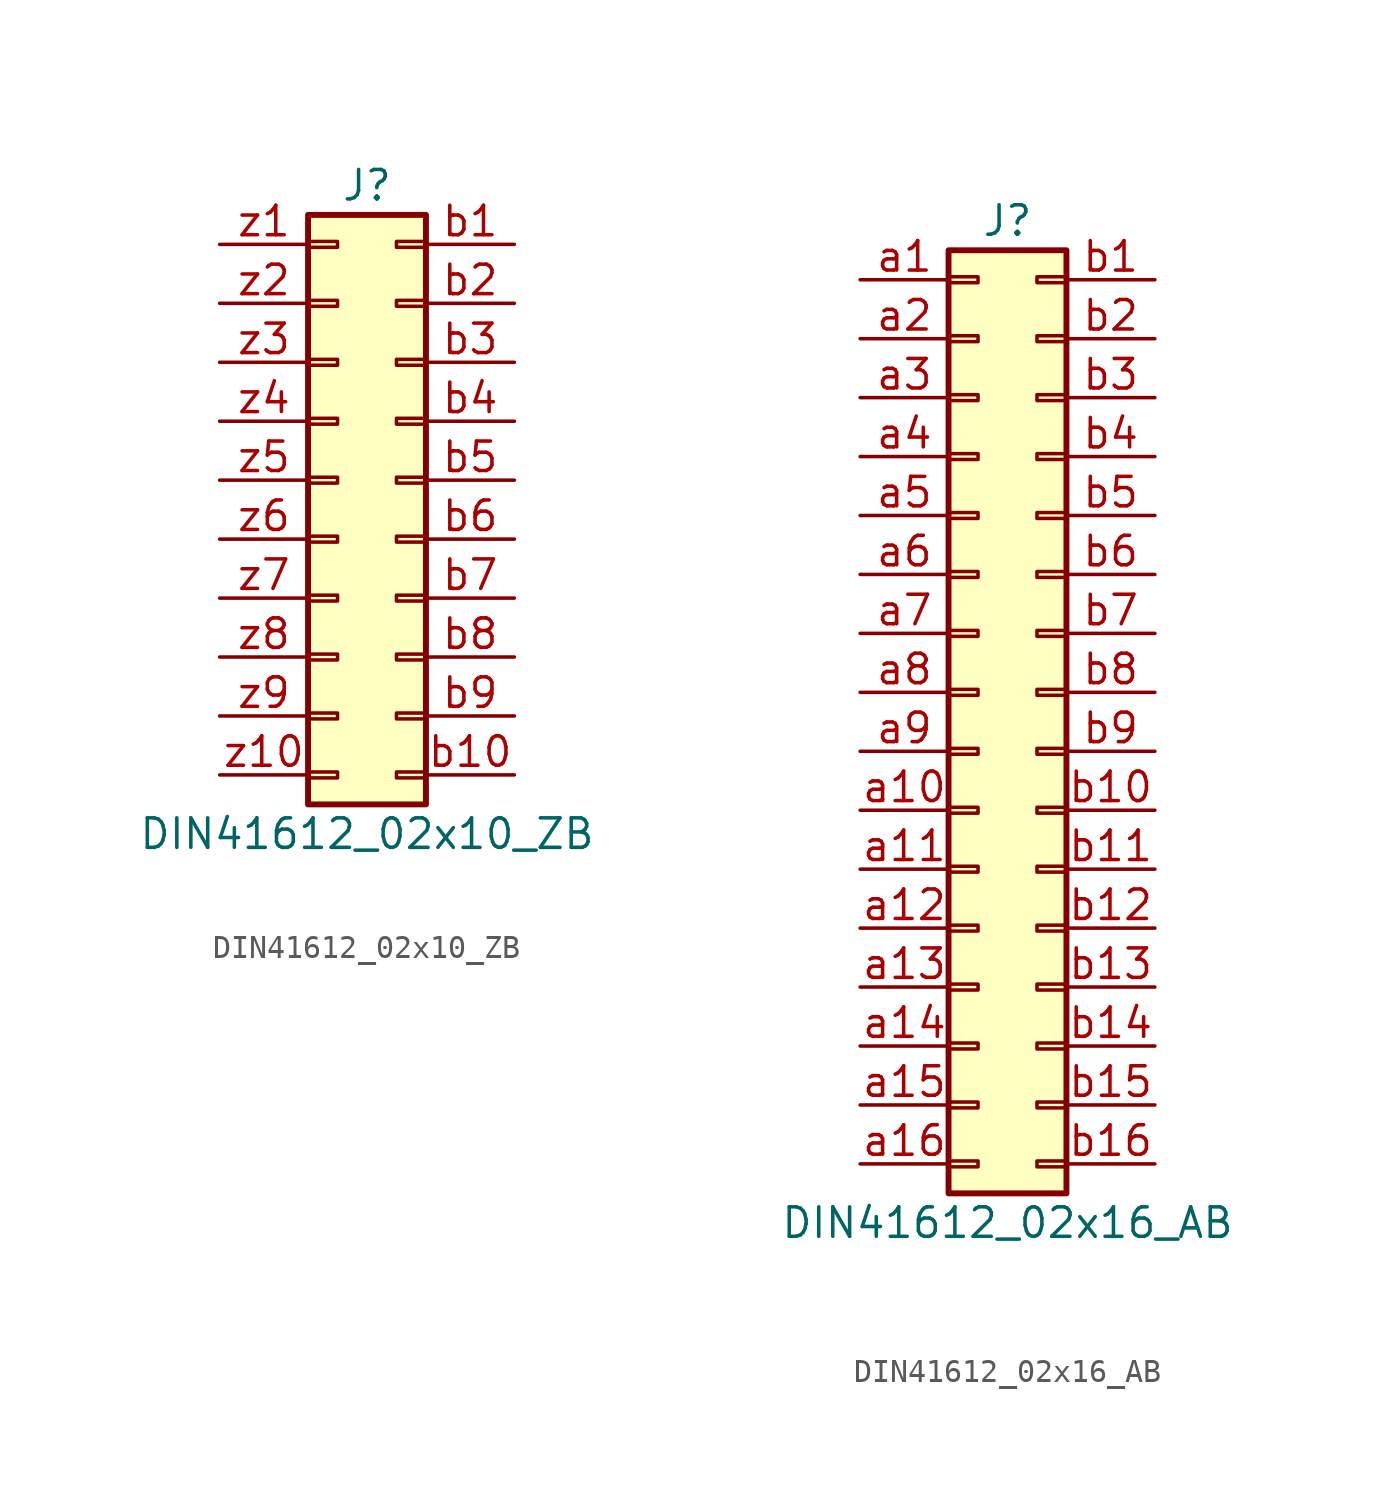
<source format=kicad_sym>
(kicad_symbol_lib
  (version 20201005)
  (generator kicad_symbol_editor)
  (symbol "Connector:DIN41612_02x10_ZB"
    (pin_names
      (offset 1.016) hide)
    (property "Reference" "J"
      (at 1.27 12.7 0)
      (effects (font (size 1.27 1.27))))
    (property "Value" "DIN41612_02x10_ZB"
      (at 1.27 -15.24 0)
      (effects (font (size 1.27 1.27))))
    (symbol "DIN41612_02x10_ZB_1_1"
      (rectangle (start -1.27 -12.573) (end 0 -12.827) (stroke (width 0.152)) (fill (type none)))
      (rectangle (start -1.27 -10.033) (end 0 -10.287) (stroke (width 0.152)) (fill (type none)))
      (rectangle (start -1.27 -7.493) (end 0 -7.747) (stroke (width 0.152)) (fill (type none)))
      (rectangle (start -1.27 -4.953) (end 0 -5.207) (stroke (width 0.152)) (fill (type none)))
      (rectangle (start -1.27 -2.413) (end 0 -2.667) (stroke (width 0.152)) (fill (type none)))
      (rectangle (start -1.27 0.127) (end 0 -0.127) (stroke (width 0.152)) (fill (type none)))
      (rectangle (start -1.27 2.667) (end 0 2.413) (stroke (width 0.152)) (fill (type none)))
      (rectangle (start -1.27 5.207) (end 0 4.953) (stroke (width 0.152)) (fill (type none)))
      (rectangle (start -1.27 7.747) (end 0 7.493) (stroke (width 0.152)) (fill (type none)))
      (rectangle (start -1.27 10.287) (end 0 10.033) (stroke (width 0.152)) (fill (type none)))
      (rectangle (start 3.81 -12.573) (end 2.54 -12.827) (stroke (width 0.152)) (fill (type none)))
      (rectangle (start 3.81 -10.033) (end 2.54 -10.287) (stroke (width 0.152)) (fill (type none)))
      (rectangle (start 3.81 -7.493) (end 2.54 -7.747) (stroke (width 0.152)) (fill (type none)))
      (rectangle (start 3.81 -4.953) (end 2.54 -5.207) (stroke (width 0.152)) (fill (type none)))
      (rectangle (start 3.81 -2.413) (end 2.54 -2.667) (stroke (width 0.152)) (fill (type none)))
      (rectangle (start 3.81 0.127) (end 2.54 -0.127) (stroke (width 0.152)) (fill (type none)))
      (rectangle (start 3.81 2.667) (end 2.54 2.413) (stroke (width 0.152)) (fill (type none)))
      (rectangle (start 3.81 5.207) (end 2.54 4.953) (stroke (width 0.152)) (fill (type none)))
      (rectangle (start 3.81 7.747) (end 2.54 7.493) (stroke (width 0.152)) (fill (type none)))
      (rectangle (start 3.81 10.287) (end 2.54 10.033) (stroke (width 0.152)) (fill (type none)))
      (rectangle (start -1.27 11.43) (end 3.81 -13.97) (stroke (width 0.254)) (fill (type background)))
      (pin passive line (at 7.62 10.16 180) (length 3.81) (name "Pin_b1" (effects (font (size 1.27 1.27)))) (number "b1" (effects (font (size 1.27 1.27)))))
      (pin passive line (at 7.62 -12.7 180) (length 3.81) (name "Pin_b10" (effects (font (size 1.27 1.27)))) (number "b10" (effects (font (size 1.27 1.27)))))
      (pin passive line (at 7.62 7.62 180) (length 3.81) (name "Pin_b2" (effects (font (size 1.27 1.27)))) (number "b2" (effects (font (size 1.27 1.27)))))
      (pin passive line (at 7.62 5.08 180) (length 3.81) (name "Pin_b3" (effects (font (size 1.27 1.27)))) (number "b3" (effects (font (size 1.27 1.27)))))
      (pin passive line (at 7.62 2.54 180) (length 3.81) (name "Pin_b4" (effects (font (size 1.27 1.27)))) (number "b4" (effects (font (size 1.27 1.27)))))
      (pin passive line (at 7.62 0 180) (length 3.81) (name "Pin_b5" (effects (font (size 1.27 1.27)))) (number "b5" (effects (font (size 1.27 1.27)))))
      (pin passive line (at 7.62 -2.54 180) (length 3.81) (name "Pin_b6" (effects (font (size 1.27 1.27)))) (number "b6" (effects (font (size 1.27 1.27)))))
      (pin passive line (at 7.62 -5.08 180) (length 3.81) (name "Pin_b7" (effects (font (size 1.27 1.27)))) (number "b7" (effects (font (size 1.27 1.27)))))
      (pin passive line (at 7.62 -7.62 180) (length 3.81) (name "Pin_b8" (effects (font (size 1.27 1.27)))) (number "b8" (effects (font (size 1.27 1.27)))))
      (pin passive line (at 7.62 -10.16 180) (length 3.81) (name "Pin_b9" (effects (font (size 1.27 1.27)))) (number "b9" (effects (font (size 1.27 1.27)))))
      (pin passive line (at -5.08 10.16 0) (length 3.81) (name "Pin_z1" (effects (font (size 1.27 1.27)))) (number "z1" (effects (font (size 1.27 1.27)))))
      (pin passive line (at -5.08 -12.7 0) (length 3.81) (name "Pin_z10" (effects (font (size 1.27 1.27)))) (number "z10" (effects (font (size 1.27 1.27)))))
      (pin passive line (at -5.08 7.62 0) (length 3.81) (name "Pin_z2" (effects (font (size 1.27 1.27)))) (number "z2" (effects (font (size 1.27 1.27)))))
      (pin passive line (at -5.08 5.08 0) (length 3.81) (name "Pin_z3" (effects (font (size 1.27 1.27)))) (number "z3" (effects (font (size 1.27 1.27)))))
      (pin passive line (at -5.08 2.54 0) (length 3.81) (name "Pin_z4" (effects (font (size 1.27 1.27)))) (number "z4" (effects (font (size 1.27 1.27)))))
      (pin passive line (at -5.08 0 0) (length 3.81) (name "Pin_z5" (effects (font (size 1.27 1.27)))) (number "z5" (effects (font (size 1.27 1.27)))))
      (pin passive line (at -5.08 -2.54 0) (length 3.81) (name "Pin_z6" (effects (font (size 1.27 1.27)))) (number "z6" (effects (font (size 1.27 1.27)))))
      (pin passive line (at -5.08 -5.08 0) (length 3.81) (name "Pin_z7" (effects (font (size 1.27 1.27)))) (number "z7" (effects (font (size 1.27 1.27)))))
      (pin passive line (at -5.08 -7.62 0) (length 3.81) (name "Pin_z8" (effects (font (size 1.27 1.27)))) (number "z8" (effects (font (size 1.27 1.27)))))
      (pin passive line (at -5.08 -10.16 0) (length 3.81) (name "Pin_z9" (effects (font (size 1.27 1.27)))) (number "z9" (effects (font (size 1.27 1.27)))))))
  (symbol "Connector:DIN41612_02x16_AB"
    (pin_names
      (offset 1.016) hide)
    (property "Reference" "J"
      (at 1.27 20.32 0)
      (effects (font (size 1.27 1.27))))
    (property "Value" "DIN41612_02x16_AB"
      (at 1.27 -22.86 0)
      (effects (font (size 1.27 1.27))))
    (symbol "DIN41612_02x16_AB_1_1"
      (rectangle (start -1.27 -20.193) (end 0 -20.447) (stroke (width 0.152)) (fill (type none)))
      (rectangle (start -1.27 -17.653) (end 0 -17.907) (stroke (width 0.152)) (fill (type none)))
      (rectangle (start -1.27 -15.113) (end 0 -15.367) (stroke (width 0.152)) (fill (type none)))
      (rectangle (start -1.27 -12.573) (end 0 -12.827) (stroke (width 0.152)) (fill (type none)))
      (rectangle (start -1.27 -10.033) (end 0 -10.287) (stroke (width 0.152)) (fill (type none)))
      (rectangle (start -1.27 -7.493) (end 0 -7.747) (stroke (width 0.152)) (fill (type none)))
      (rectangle (start -1.27 -4.953) (end 0 -5.207) (stroke (width 0.152)) (fill (type none)))
      (rectangle (start -1.27 -2.413) (end 0 -2.667) (stroke (width 0.152)) (fill (type none)))
      (rectangle (start -1.27 0.127) (end 0 -0.127) (stroke (width 0.152)) (fill (type none)))
      (rectangle (start -1.27 2.667) (end 0 2.413) (stroke (width 0.152)) (fill (type none)))
      (rectangle (start -1.27 5.207) (end 0 4.953) (stroke (width 0.152)) (fill (type none)))
      (rectangle (start -1.27 7.747) (end 0 7.493) (stroke (width 0.152)) (fill (type none)))
      (rectangle (start -1.27 10.287) (end 0 10.033) (stroke (width 0.152)) (fill (type none)))
      (rectangle (start -1.27 12.827) (end 0 12.573) (stroke (width 0.152)) (fill (type none)))
      (rectangle (start -1.27 15.367) (end 0 15.113) (stroke (width 0.152)) (fill (type none)))
      (rectangle (start -1.27 17.907) (end 0 17.653) (stroke (width 0.152)) (fill (type none)))
      (rectangle (start 3.81 -20.193) (end 2.54 -20.447) (stroke (width 0.152)) (fill (type none)))
      (rectangle (start 3.81 -17.653) (end 2.54 -17.907) (stroke (width 0.152)) (fill (type none)))
      (rectangle (start 3.81 -15.113) (end 2.54 -15.367) (stroke (width 0.152)) (fill (type none)))
      (rectangle (start 3.81 -12.573) (end 2.54 -12.827) (stroke (width 0.152)) (fill (type none)))
      (rectangle (start 3.81 -10.033) (end 2.54 -10.287) (stroke (width 0.152)) (fill (type none)))
      (rectangle (start 3.81 -7.493) (end 2.54 -7.747) (stroke (width 0.152)) (fill (type none)))
      (rectangle (start 3.81 -4.953) (end 2.54 -5.207) (stroke (width 0.152)) (fill (type none)))
      (rectangle (start 3.81 -2.413) (end 2.54 -2.667) (stroke (width 0.152)) (fill (type none)))
      (rectangle (start 3.81 0.127) (end 2.54 -0.127) (stroke (width 0.152)) (fill (type none)))
      (rectangle (start 3.81 2.667) (end 2.54 2.413) (stroke (width 0.152)) (fill (type none)))
      (rectangle (start 3.81 5.207) (end 2.54 4.953) (stroke (width 0.152)) (fill (type none)))
      (rectangle (start 3.81 7.747) (end 2.54 7.493) (stroke (width 0.152)) (fill (type none)))
      (rectangle (start 3.81 10.287) (end 2.54 10.033) (stroke (width 0.152)) (fill (type none)))
      (rectangle (start 3.81 12.827) (end 2.54 12.573) (stroke (width 0.152)) (fill (type none)))
      (rectangle (start 3.81 15.367) (end 2.54 15.113) (stroke (width 0.152)) (fill (type none)))
      (rectangle (start 3.81 17.907) (end 2.54 17.653) (stroke (width 0.152)) (fill (type none)))
      (rectangle (start -1.27 19.05) (end 3.81 -21.59) (stroke (width 0.254)) (fill (type background)))
      (pin passive line (at -5.08 17.78 0) (length 3.81) (name "Pin_a1" (effects (font (size 1.27 1.27)))) (number "a1" (effects (font (size 1.27 1.27)))))
      (pin passive line (at -5.08 -5.08 0) (length 3.81) (name "Pin_a10" (effects (font (size 1.27 1.27)))) (number "a10" (effects (font (size 1.27 1.27)))))
      (pin passive line (at -5.08 -7.62 0) (length 3.81) (name "Pin_a11" (effects (font (size 1.27 1.27)))) (number "a11" (effects (font (size 1.27 1.27)))))
      (pin passive line (at -5.08 -10.16 0) (length 3.81) (name "Pin_a12" (effects (font (size 1.27 1.27)))) (number "a12" (effects (font (size 1.27 1.27)))))
      (pin passive line (at -5.08 -12.7 0) (length 3.81) (name "Pin_a13" (effects (font (size 1.27 1.27)))) (number "a13" (effects (font (size 1.27 1.27)))))
      (pin passive line (at -5.08 -15.24 0) (length 3.81) (name "Pin_a14" (effects (font (size 1.27 1.27)))) (number "a14" (effects (font (size 1.27 1.27)))))
      (pin passive line (at -5.08 -17.78 0) (length 3.81) (name "Pin_a15" (effects (font (size 1.27 1.27)))) (number "a15" (effects (font (size 1.27 1.27)))))
      (pin passive line (at -5.08 -20.32 0) (length 3.81) (name "Pin_a16" (effects (font (size 1.27 1.27)))) (number "a16" (effects (font (size 1.27 1.27)))))
      (pin passive line (at -5.08 15.24 0) (length 3.81) (name "Pin_a2" (effects (font (size 1.27 1.27)))) (number "a2" (effects (font (size 1.27 1.27)))))
      (pin passive line (at -5.08 12.7 0) (length 3.81) (name "Pin_a3" (effects (font (size 1.27 1.27)))) (number "a3" (effects (font (size 1.27 1.27)))))
      (pin passive line (at -5.08 10.16 0) (length 3.81) (name "Pin_a4" (effects (font (size 1.27 1.27)))) (number "a4" (effects (font (size 1.27 1.27)))))
      (pin passive line (at -5.08 7.62 0) (length 3.81) (name "Pin_a5" (effects (font (size 1.27 1.27)))) (number "a5" (effects (font (size 1.27 1.27)))))
      (pin passive line (at -5.08 5.08 0) (length 3.81) (name "Pin_a6" (effects (font (size 1.27 1.27)))) (number "a6" (effects (font (size 1.27 1.27)))))
      (pin passive line (at -5.08 2.54 0) (length 3.81) (name "Pin_a7" (effects (font (size 1.27 1.27)))) (number "a7" (effects (font (size 1.27 1.27)))))
      (pin passive line (at -5.08 0 0) (length 3.81) (name "Pin_a8" (effects (font (size 1.27 1.27)))) (number "a8" (effects (font (size 1.27 1.27)))))
      (pin passive line (at -5.08 -2.54 0) (length 3.81) (name "Pin_a9" (effects (font (size 1.27 1.27)))) (number "a9" (effects (font (size 1.27 1.27)))))
      (pin passive line (at 7.62 17.78 180) (length 3.81) (name "Pin_b1" (effects (font (size 1.27 1.27)))) (number "b1" (effects (font (size 1.27 1.27)))))
      (pin passive line (at 7.62 -5.08 180) (length 3.81) (name "Pin_b10" (effects (font (size 1.27 1.27)))) (number "b10" (effects (font (size 1.27 1.27)))))
      (pin passive line (at 7.62 -7.62 180) (length 3.81) (name "Pin_b11" (effects (font (size 1.27 1.27)))) (number "b11" (effects (font (size 1.27 1.27)))))
      (pin passive line (at 7.62 -10.16 180) (length 3.81) (name "Pin_b12" (effects (font (size 1.27 1.27)))) (number "b12" (effects (font (size 1.27 1.27)))))
      (pin passive line (at 7.62 -12.7 180) (length 3.81) (name "Pin_b13" (effects (font (size 1.27 1.27)))) (number "b13" (effects (font (size 1.27 1.27)))))
      (pin passive line (at 7.62 -15.24 180) (length 3.81) (name "Pin_b14" (effects (font (size 1.27 1.27)))) (number "b14" (effects (font (size 1.27 1.27)))))
      (pin passive line (at 7.62 -17.78 180) (length 3.81) (name "Pin_b15" (effects (font (size 1.27 1.27)))) (number "b15" (effects (font (size 1.27 1.27)))))
      (pin passive line (at 7.62 -20.32 180) (length 3.81) (name "Pin_b16" (effects (font (size 1.27 1.27)))) (number "b16" (effects (font (size 1.27 1.27)))))
      (pin passive line (at 7.62 15.24 180) (length 3.81) (name "Pin_b2" (effects (font (size 1.27 1.27)))) (number "b2" (effects (font (size 1.27 1.27)))))
      (pin passive line (at 7.62 12.7 180) (length 3.81) (name "Pin_b3" (effects (font (size 1.27 1.27)))) (number "b3" (effects (font (size 1.27 1.27)))))
      (pin passive line (at 7.62 10.16 180) (length 3.81) (name "Pin_b4" (effects (font (size 1.27 1.27)))) (number "b4" (effects (font (size 1.27 1.27)))))
      (pin passive line (at 7.62 7.62 180) (length 3.81) (name "Pin_b5" (effects (font (size 1.27 1.27)))) (number "b5" (effects (font (size 1.27 1.27)))))
      (pin passive line (at 7.62 5.08 180) (length 3.81) (name "Pin_b6" (effects (font (size 1.27 1.27)))) (number "b6" (effects (font (size 1.27 1.27)))))
      (pin passive line (at 7.62 2.54 180) (length 3.81) (name "Pin_b7" (effects (font (size 1.27 1.27)))) (number "b7" (effects (font (size 1.27 1.27)))))
      (pin passive line (at 7.62 0 180) (length 3.81) (name "Pin_b8" (effects (font (size 1.27 1.27)))) (number "b8" (effects (font (size 1.27 1.27)))))
      (pin passive line (at 7.62 -2.54 180) (length 3.81) (name "Pin_b9" (effects (font (size 1.27 1.27)))) (number "b9" (effects (font (size 1.27 1.27))))))))
</source>
